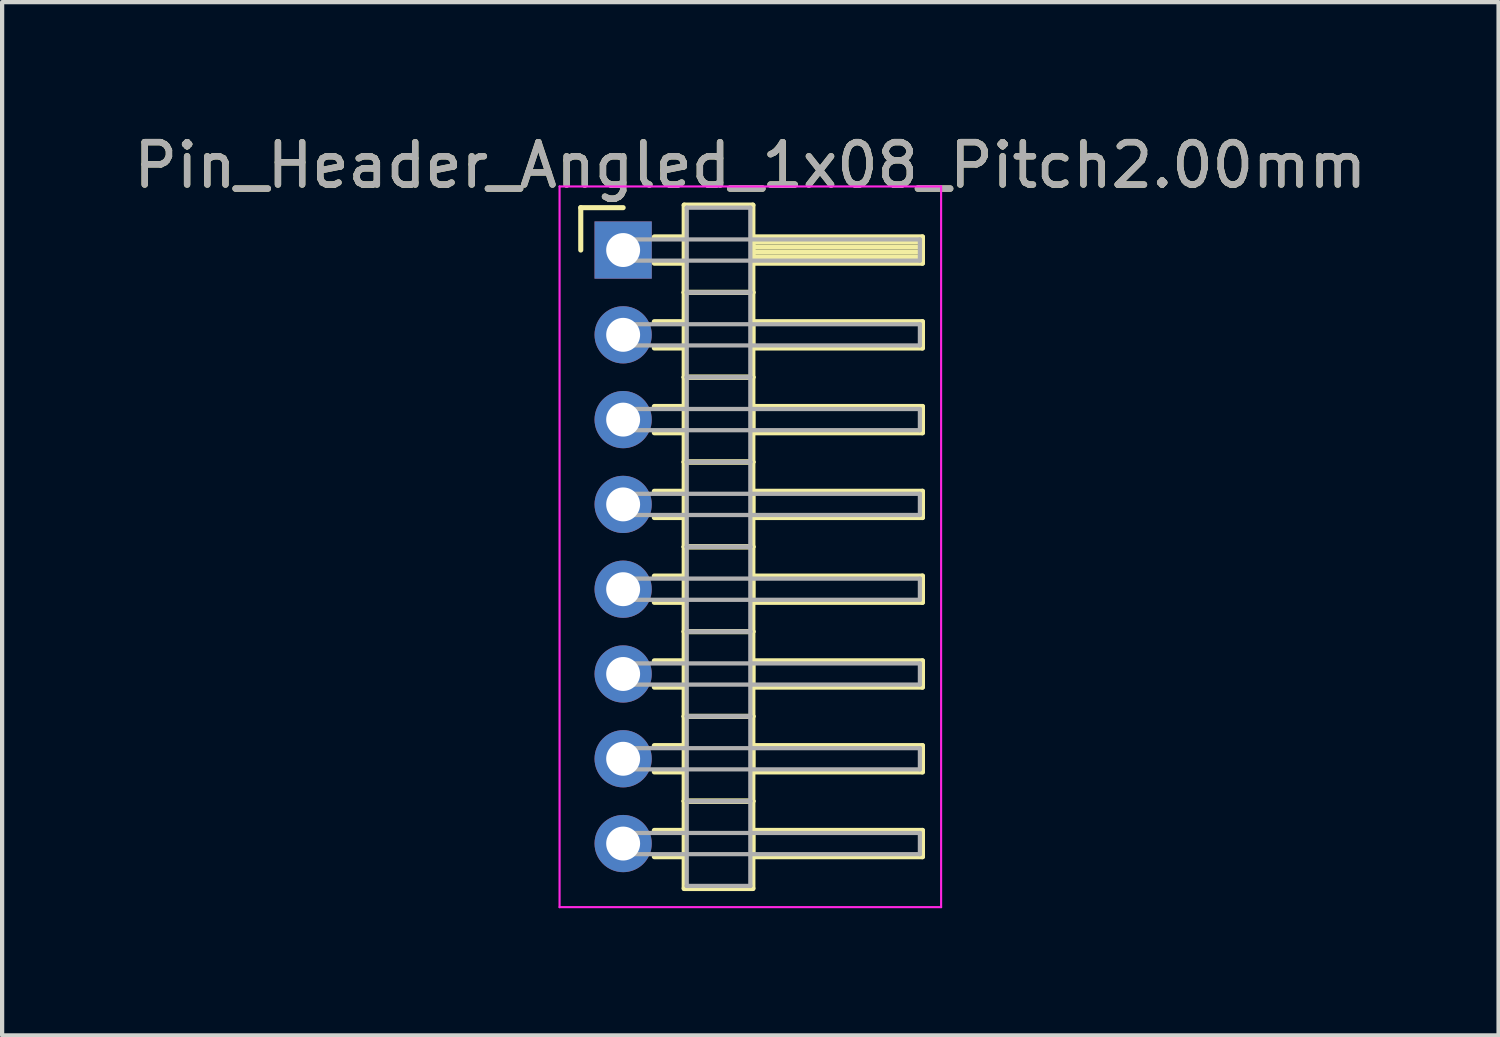
<source format=kicad_pcb>
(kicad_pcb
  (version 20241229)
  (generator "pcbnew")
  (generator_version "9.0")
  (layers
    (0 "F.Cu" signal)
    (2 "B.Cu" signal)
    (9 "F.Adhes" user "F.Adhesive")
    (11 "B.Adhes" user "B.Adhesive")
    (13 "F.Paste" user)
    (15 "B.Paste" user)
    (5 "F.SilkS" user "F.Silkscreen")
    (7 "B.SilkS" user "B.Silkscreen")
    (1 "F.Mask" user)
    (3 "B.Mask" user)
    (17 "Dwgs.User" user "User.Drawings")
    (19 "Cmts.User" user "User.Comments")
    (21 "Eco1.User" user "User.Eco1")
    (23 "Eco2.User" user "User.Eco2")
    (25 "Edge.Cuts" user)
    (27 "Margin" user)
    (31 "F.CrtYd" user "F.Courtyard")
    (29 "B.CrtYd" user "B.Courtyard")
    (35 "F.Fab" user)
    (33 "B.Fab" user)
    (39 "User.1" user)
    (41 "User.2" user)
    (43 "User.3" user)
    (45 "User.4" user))
  (footprint "Pin_Header_Angled_1x08_Pitch2.00mm"
    (layer "F.Cu")
    (at 11.649 2.848)
    (property "Reference" "Pin_Header_Angled_1x08_Pitch2.00mm" (at 3 -2 0) (layer "F.SilkS") (effects (font (size 1 1) (thickness 0.15))))
    (attr through_hole)
    (fp_line (start -1 -1) (end 0 -1) (stroke (width 0.12) (type solid)) (layer "F.SilkS"))
    (fp_line (start -1 0) (end -1 -1) (stroke (width 0.12) (type solid)) (layer "F.SilkS"))
    (fp_line (start 0.735 -0.31) (end 1.44 -0.31) (stroke (width 0.12) (type solid)) (layer "F.SilkS"))
    (fp_line (start 0.735 0.31) (end 1.44 0.31) (stroke (width 0.12) (type solid)) (layer "F.SilkS"))
    (fp_line (start 0.735 1.69) (end 1.44 1.69) (stroke (width 0.12) (type solid)) (layer "F.SilkS"))
    (fp_line (start 0.735 2.31) (end 1.44 2.31) (stroke (width 0.12) (type solid)) (layer "F.SilkS"))
    (fp_line (start 0.735 3.69) (end 1.44 3.69) (stroke (width 0.12) (type solid)) (layer "F.SilkS"))
    (fp_line (start 0.735 4.31) (end 1.44 4.31) (stroke (width 0.12) (type solid)) (layer "F.SilkS"))
    (fp_line (start 0.735 5.69) (end 1.44 5.69) (stroke (width 0.12) (type solid)) (layer "F.SilkS"))
    (fp_line (start 0.735 6.31) (end 1.44 6.31) (stroke (width 0.12) (type solid)) (layer "F.SilkS"))
    (fp_line (start 0.735 7.69) (end 1.44 7.69) (stroke (width 0.12) (type solid)) (layer "F.SilkS"))
    (fp_line (start 0.735 8.31) (end 1.44 8.31) (stroke (width 0.12) (type solid)) (layer "F.SilkS"))
    (fp_line (start 0.735 9.69) (end 1.44 9.69) (stroke (width 0.12) (type solid)) (layer "F.SilkS"))
    (fp_line (start 0.735 10.31) (end 1.44 10.31) (stroke (width 0.12) (type solid)) (layer "F.SilkS"))
    (fp_line (start 0.735 11.69) (end 1.44 11.69) (stroke (width 0.12) (type solid)) (layer "F.SilkS"))
    (fp_line (start 0.735 12.31) (end 1.44 12.31) (stroke (width 0.12) (type solid)) (layer "F.SilkS"))
    (fp_line (start 0.735 13.69) (end 1.44 13.69) (stroke (width 0.12) (type solid)) (layer "F.SilkS"))
    (fp_line (start 0.735 14.31) (end 1.44 14.31) (stroke (width 0.12) (type solid)) (layer "F.SilkS"))
    (fp_line (start 1.44 -1.06) (end 1.44 1) (stroke (width 0.12) (type solid)) (layer "F.SilkS"))
    (fp_line (start 1.44 1) (end 1.44 3) (stroke (width 0.12) (type solid)) (layer "F.SilkS"))
    (fp_line (start 1.44 1) (end 3.06 1) (stroke (width 0.12) (type solid)) (layer "F.SilkS"))
    (fp_line (start 1.44 3) (end 1.44 5) (stroke (width 0.12) (type solid)) (layer "F.SilkS"))
    (fp_line (start 1.44 3) (end 3.06 3) (stroke (width 0.12) (type solid)) (layer "F.SilkS"))
    (fp_line (start 1.44 5) (end 1.44 7) (stroke (width 0.12) (type solid)) (layer "F.SilkS"))
    (fp_line (start 1.44 5) (end 3.06 5) (stroke (width 0.12) (type solid)) (layer "F.SilkS"))
    (fp_line (start 1.44 7) (end 1.44 9) (stroke (width 0.12) (type solid)) (layer "F.SilkS"))
    (fp_line (start 1.44 7) (end 3.06 7) (stroke (width 0.12) (type solid)) (layer "F.SilkS"))
    (fp_line (start 1.44 9) (end 1.44 11) (stroke (width 0.12) (type solid)) (layer "F.SilkS"))
    (fp_line (start 1.44 9) (end 3.06 9) (stroke (width 0.12) (type solid)) (layer "F.SilkS"))
    (fp_line (start 1.44 11) (end 1.44 13) (stroke (width 0.12) (type solid)) (layer "F.SilkS"))
    (fp_line (start 1.44 11) (end 3.06 11) (stroke (width 0.12) (type solid)) (layer "F.SilkS"))
    (fp_line (start 1.44 13) (end 1.44 15.06) (stroke (width 0.12) (type solid)) (layer "F.SilkS"))
    (fp_line (start 1.44 13) (end 3.06 13) (stroke (width 0.12) (type solid)) (layer "F.SilkS"))
    (fp_line (start 1.44 15.06) (end 3.06 15.06) (stroke (width 0.12) (type solid)) (layer "F.SilkS"))
    (fp_line (start 3.06 -1.06) (end 1.44 -1.06) (stroke (width 0.12) (type solid)) (layer "F.SilkS"))
    (fp_line (start 3.06 -0.31) (end 3.06 0.31) (stroke (width 0.12) (type solid)) (layer "F.SilkS"))
    (fp_line (start 3.06 -0.19) (end 7.06 -0.19) (stroke (width 0.12) (type solid)) (layer "F.SilkS"))
    (fp_line (start 3.06 -0.07) (end 7.06 -0.07) (stroke (width 0.12) (type solid)) (layer "F.SilkS"))
    (fp_line (start 3.06 0.05) (end 7.06 0.05) (stroke (width 0.12) (type solid)) (layer "F.SilkS"))
    (fp_line (start 3.06 0.17) (end 7.06 0.17) (stroke (width 0.12) (type solid)) (layer "F.SilkS"))
    (fp_line (start 3.06 0.29) (end 7.06 0.29) (stroke (width 0.12) (type solid)) (layer "F.SilkS"))
    (fp_line (start 3.06 0.31) (end 7.06 0.31) (stroke (width 0.12) (type solid)) (layer "F.SilkS"))
    (fp_line (start 3.06 1) (end 1.44 1) (stroke (width 0.12) (type solid)) (layer "F.SilkS"))
    (fp_line (start 3.06 1) (end 3.06 -1.06) (stroke (width 0.12) (type solid)) (layer "F.SilkS"))
    (fp_line (start 3.06 1.69) (end 3.06 2.31) (stroke (width 0.12) (type solid)) (layer "F.SilkS"))
    (fp_line (start 3.06 2.31) (end 7.06 2.31) (stroke (width 0.12) (type solid)) (layer "F.SilkS"))
    (fp_line (start 3.06 3) (end 1.44 3) (stroke (width 0.12) (type solid)) (layer "F.SilkS"))
    (fp_line (start 3.06 3) (end 3.06 1) (stroke (width 0.12) (type solid)) (layer "F.SilkS"))
    (fp_line (start 3.06 3.69) (end 3.06 4.31) (stroke (width 0.12) (type solid)) (layer "F.SilkS"))
    (fp_line (start 3.06 4.31) (end 7.06 4.31) (stroke (width 0.12) (type solid)) (layer "F.SilkS"))
    (fp_line (start 3.06 5) (end 1.44 5) (stroke (width 0.12) (type solid)) (layer "F.SilkS"))
    (fp_line (start 3.06 5) (end 3.06 3) (stroke (width 0.12) (type solid)) (layer "F.SilkS"))
    (fp_line (start 3.06 5.69) (end 3.06 6.31) (stroke (width 0.12) (type solid)) (layer "F.SilkS"))
    (fp_line (start 3.06 6.31) (end 7.06 6.31) (stroke (width 0.12) (type solid)) (layer "F.SilkS"))
    (fp_line (start 3.06 7) (end 1.44 7) (stroke (width 0.12) (type solid)) (layer "F.SilkS"))
    (fp_line (start 3.06 7) (end 3.06 5) (stroke (width 0.12) (type solid)) (layer "F.SilkS"))
    (fp_line (start 3.06 7.69) (end 3.06 8.31) (stroke (width 0.12) (type solid)) (layer "F.SilkS"))
    (fp_line (start 3.06 8.31) (end 7.06 8.31) (stroke (width 0.12) (type solid)) (layer "F.SilkS"))
    (fp_line (start 3.06 9) (end 1.44 9) (stroke (width 0.12) (type solid)) (layer "F.SilkS"))
    (fp_line (start 3.06 9) (end 3.06 7) (stroke (width 0.12) (type solid)) (layer "F.SilkS"))
    (fp_line (start 3.06 9.69) (end 3.06 10.31) (stroke (width 0.12) (type solid)) (layer "F.SilkS"))
    (fp_line (start 3.06 10.31) (end 7.06 10.31) (stroke (width 0.12) (type solid)) (layer "F.SilkS"))
    (fp_line (start 3.06 11) (end 1.44 11) (stroke (width 0.12) (type solid)) (layer "F.SilkS"))
    (fp_line (start 3.06 11) (end 3.06 9) (stroke (width 0.12) (type solid)) (layer "F.SilkS"))
    (fp_line (start 3.06 11.69) (end 3.06 12.31) (stroke (width 0.12) (type solid)) (layer "F.SilkS"))
    (fp_line (start 3.06 12.31) (end 7.06 12.31) (stroke (width 0.12) (type solid)) (layer "F.SilkS"))
    (fp_line (start 3.06 13) (end 1.44 13) (stroke (width 0.12) (type solid)) (layer "F.SilkS"))
    (fp_line (start 3.06 13) (end 3.06 11) (stroke (width 0.12) (type solid)) (layer "F.SilkS"))
    (fp_line (start 3.06 13.69) (end 3.06 14.31) (stroke (width 0.12) (type solid)) (layer "F.SilkS"))
    (fp_line (start 3.06 14.31) (end 7.06 14.31) (stroke (width 0.12) (type solid)) (layer "F.SilkS"))
    (fp_line (start 3.06 15.06) (end 3.06 13) (stroke (width 0.12) (type solid)) (layer "F.SilkS"))
    (fp_line (start 7.06 -0.31) (end 3.06 -0.31) (stroke (width 0.12) (type solid)) (layer "F.SilkS"))
    (fp_line (start 7.06 0.31) (end 7.06 -0.31) (stroke (width 0.12) (type solid)) (layer "F.SilkS"))
    (fp_line (start 7.06 1.69) (end 3.06 1.69) (stroke (width 0.12) (type solid)) (layer "F.SilkS"))
    (fp_line (start 7.06 2.31) (end 7.06 1.69) (stroke (width 0.12) (type solid)) (layer "F.SilkS"))
    (fp_line (start 7.06 3.69) (end 3.06 3.69) (stroke (width 0.12) (type solid)) (layer "F.SilkS"))
    (fp_line (start 7.06 4.31) (end 7.06 3.69) (stroke (width 0.12) (type solid)) (layer "F.SilkS"))
    (fp_line (start 7.06 5.69) (end 3.06 5.69) (stroke (width 0.12) (type solid)) (layer "F.SilkS"))
    (fp_line (start 7.06 6.31) (end 7.06 5.69) (stroke (width 0.12) (type solid)) (layer "F.SilkS"))
    (fp_line (start 7.06 7.69) (end 3.06 7.69) (stroke (width 0.12) (type solid)) (layer "F.SilkS"))
    (fp_line (start 7.06 8.31) (end 7.06 7.69) (stroke (width 0.12) (type solid)) (layer "F.SilkS"))
    (fp_line (start 7.06 9.69) (end 3.06 9.69) (stroke (width 0.12) (type solid)) (layer "F.SilkS"))
    (fp_line (start 7.06 10.31) (end 7.06 9.69) (stroke (width 0.12) (type solid)) (layer "F.SilkS"))
    (fp_line (start 7.06 11.69) (end 3.06 11.69) (stroke (width 0.12) (type solid)) (layer "F.SilkS"))
    (fp_line (start 7.06 12.31) (end 7.06 11.69) (stroke (width 0.12) (type solid)) (layer "F.SilkS"))
    (fp_line (start 7.06 13.69) (end 3.06 13.69) (stroke (width 0.12) (type solid)) (layer "F.SilkS"))
    (fp_line (start 7.06 14.31) (end 7.06 13.69) (stroke (width 0.12) (type solid)) (layer "F.SilkS"))
    (fp_line (start -1.5 -1.5) (end -1.5 15.5) (stroke (width 0.05) (type solid)) (layer "F.CrtYd"))
    (fp_line (start -1.5 15.5) (end 7.5 15.5) (stroke (width 0.05) (type solid)) (layer "F.CrtYd"))
    (fp_line (start 7.5 -1.5) (end -1.5 -1.5) (stroke (width 0.05) (type solid)) (layer "F.CrtYd"))
    (fp_line (start 7.5 15.5) (end 7.5 -1.5) (stroke (width 0.05) (type solid)) (layer "F.CrtYd"))
    (fp_line (start 0 -0.25) (end 0 0.25) (stroke (width 0.1) (type solid)) (layer "F.Fab"))
    (fp_line (start 0 0.25) (end 7 0.25) (stroke (width 0.1) (type solid)) (layer "F.Fab"))
    (fp_line (start 0 1.75) (end 0 2.25) (stroke (width 0.1) (type solid)) (layer "F.Fab"))
    (fp_line (start 0 2.25) (end 7 2.25) (stroke (width 0.1) (type solid)) (layer "F.Fab"))
    (fp_line (start 0 3.75) (end 0 4.25) (stroke (width 0.1) (type solid)) (layer "F.Fab"))
    (fp_line (start 0 4.25) (end 7 4.25) (stroke (width 0.1) (type solid)) (layer "F.Fab"))
    (fp_line (start 0 5.75) (end 0 6.25) (stroke (width 0.1) (type solid)) (layer "F.Fab"))
    (fp_line (start 0 6.25) (end 7 6.25) (stroke (width 0.1) (type solid)) (layer "F.Fab"))
    (fp_line (start 0 7.75) (end 0 8.25) (stroke (width 0.1) (type solid)) (layer "F.Fab"))
    (fp_line (start 0 8.25) (end 7 8.25) (stroke (width 0.1) (type solid)) (layer "F.Fab"))
    (fp_line (start 0 9.75) (end 0 10.25) (stroke (width 0.1) (type solid)) (layer "F.Fab"))
    (fp_line (start 0 10.25) (end 7 10.25) (stroke (width 0.1) (type solid)) (layer "F.Fab"))
    (fp_line (start 0 11.75) (end 0 12.25) (stroke (width 0.1) (type solid)) (layer "F.Fab"))
    (fp_line (start 0 12.25) (end 7 12.25) (stroke (width 0.1) (type solid)) (layer "F.Fab"))
    (fp_line (start 0 13.75) (end 0 14.25) (stroke (width 0.1) (type solid)) (layer "F.Fab"))
    (fp_line (start 0 14.25) (end 7 14.25) (stroke (width 0.1) (type solid)) (layer "F.Fab"))
    (fp_line (start 1.5 -1) (end 1.5 1) (stroke (width 0.1) (type solid)) (layer "F.Fab"))
    (fp_line (start 1.5 1) (end 1.5 3) (stroke (width 0.1) (type solid)) (layer "F.Fab"))
    (fp_line (start 1.5 1) (end 3 1) (stroke (width 0.1) (type solid)) (layer "F.Fab"))
    (fp_line (start 1.5 3) (end 1.5 5) (stroke (width 0.1) (type solid)) (layer "F.Fab"))
    (fp_line (start 1.5 3) (end 3 3) (stroke (width 0.1) (type solid)) (layer "F.Fab"))
    (fp_line (start 1.5 5) (end 1.5 7) (stroke (width 0.1) (type solid)) (layer "F.Fab"))
    (fp_line (start 1.5 5) (end 3 5) (stroke (width 0.1) (type solid)) (layer "F.Fab"))
    (fp_line (start 1.5 7) (end 1.5 9) (stroke (width 0.1) (type solid)) (layer "F.Fab"))
    (fp_line (start 1.5 7) (end 3 7) (stroke (width 0.1) (type solid)) (layer "F.Fab"))
    (fp_line (start 1.5 9) (end 1.5 11) (stroke (width 0.1) (type solid)) (layer "F.Fab"))
    (fp_line (start 1.5 9) (end 3 9) (stroke (width 0.1) (type solid)) (layer "F.Fab"))
    (fp_line (start 1.5 11) (end 1.5 13) (stroke (width 0.1) (type solid)) (layer "F.Fab"))
    (fp_line (start 1.5 11) (end 3 11) (stroke (width 0.1) (type solid)) (layer "F.Fab"))
    (fp_line (start 1.5 13) (end 1.5 15) (stroke (width 0.1) (type solid)) (layer "F.Fab"))
    (fp_line (start 1.5 13) (end 3 13) (stroke (width 0.1) (type solid)) (layer "F.Fab"))
    (fp_line (start 1.5 15) (end 3 15) (stroke (width 0.1) (type solid)) (layer "F.Fab"))
    (fp_line (start 3 -1) (end 1.5 -1) (stroke (width 0.1) (type solid)) (layer "F.Fab"))
    (fp_line (start 3 1) (end 1.5 1) (stroke (width 0.1) (type solid)) (layer "F.Fab"))
    (fp_line (start 3 1) (end 3 -1) (stroke (width 0.1) (type solid)) (layer "F.Fab"))
    (fp_line (start 3 3) (end 1.5 3) (stroke (width 0.1) (type solid)) (layer "F.Fab"))
    (fp_line (start 3 3) (end 3 1) (stroke (width 0.1) (type solid)) (layer "F.Fab"))
    (fp_line (start 3 5) (end 1.5 5) (stroke (width 0.1) (type solid)) (layer "F.Fab"))
    (fp_line (start 3 5) (end 3 3) (stroke (width 0.1) (type solid)) (layer "F.Fab"))
    (fp_line (start 3 7) (end 1.5 7) (stroke (width 0.1) (type solid)) (layer "F.Fab"))
    (fp_line (start 3 7) (end 3 5) (stroke (width 0.1) (type solid)) (layer "F.Fab"))
    (fp_line (start 3 9) (end 1.5 9) (stroke (width 0.1) (type solid)) (layer "F.Fab"))
    (fp_line (start 3 9) (end 3 7) (stroke (width 0.1) (type solid)) (layer "F.Fab"))
    (fp_line (start 3 11) (end 1.5 11) (stroke (width 0.1) (type solid)) (layer "F.Fab"))
    (fp_line (start 3 11) (end 3 9) (stroke (width 0.1) (type solid)) (layer "F.Fab"))
    (fp_line (start 3 13) (end 1.5 13) (stroke (width 0.1) (type solid)) (layer "F.Fab"))
    (fp_line (start 3 13) (end 3 11) (stroke (width 0.1) (type solid)) (layer "F.Fab"))
    (fp_line (start 3 15) (end 3 13) (stroke (width 0.1) (type solid)) (layer "F.Fab"))
    (fp_line (start 7 -0.25) (end 0 -0.25) (stroke (width 0.1) (type solid)) (layer "F.Fab"))
    (fp_line (start 7 0.25) (end 7 -0.25) (stroke (width 0.1) (type solid)) (layer "F.Fab"))
    (fp_line (start 7 1.75) (end 0 1.75) (stroke (width 0.1) (type solid)) (layer "F.Fab"))
    (fp_line (start 7 2.25) (end 7 1.75) (stroke (width 0.1) (type solid)) (layer "F.Fab"))
    (fp_line (start 7 3.75) (end 0 3.75) (stroke (width 0.1) (type solid)) (layer "F.Fab"))
    (fp_line (start 7 4.25) (end 7 3.75) (stroke (width 0.1) (type solid)) (layer "F.Fab"))
    (fp_line (start 7 5.75) (end 0 5.75) (stroke (width 0.1) (type solid)) (layer "F.Fab"))
    (fp_line (start 7 6.25) (end 7 5.75) (stroke (width 0.1) (type solid)) (layer "F.Fab"))
    (fp_line (start 7 7.75) (end 0 7.75) (stroke (width 0.1) (type solid)) (layer "F.Fab"))
    (fp_line (start 7 8.25) (end 7 7.75) (stroke (width 0.1) (type solid)) (layer "F.Fab"))
    (fp_line (start 7 9.75) (end 0 9.75) (stroke (width 0.1) (type solid)) (layer "F.Fab"))
    (fp_line (start 7 10.25) (end 7 9.75) (stroke (width 0.1) (type solid)) (layer "F.Fab"))
    (fp_line (start 7 11.75) (end 0 11.75) (stroke (width 0.1) (type solid)) (layer "F.Fab"))
    (fp_line (start 7 12.25) (end 7 11.75) (stroke (width 0.1) (type solid)) (layer "F.Fab"))
    (fp_line (start 7 13.75) (end 0 13.75) (stroke (width 0.1) (type solid)) (layer "F.Fab"))
    (fp_line (start 7 14.25) (end 7 13.75) (stroke (width 0.1) (type solid)) (layer "F.Fab"))
    (fp_text user "${REFERENCE}" (at 3 -2 0) (layer "F.Fab") (effects (font (size 1 1) (thickness 0.15))))
    (pad "1" thru_hole rect (at 0 0) (size 1.35 1.35) (drill 0.8) (layers "*.Cu" "*.Mask"))
    (pad "2" thru_hole oval (at 0 2) (size 1.35 1.35) (drill 0.8) (layers "*.Cu" "*.Mask"))
    (pad "3" thru_hole oval (at 0 4) (size 1.35 1.35) (drill 0.8) (layers "*.Cu" "*.Mask"))
    (pad "4" thru_hole oval (at 0 6) (size 1.35 1.35) (drill 0.8) (layers "*.Cu" "*.Mask"))
    (pad "5" thru_hole oval (at 0 8) (size 1.35 1.35) (drill 0.8) (layers "*.Cu" "*.Mask"))
    (pad "6" thru_hole oval (at 0 10) (size 1.35 1.35) (drill 0.8) (layers "*.Cu" "*.Mask"))
    (pad "7" thru_hole oval (at 0 12) (size 1.35 1.35) (drill 0.8) (layers "*.Cu" "*.Mask"))
    (pad "8" thru_hole oval (at 0 14) (size 1.35 1.35) (drill 0.8) (layers "*.Cu" "*.Mask")))
  (gr_rect
    (start -3 -3)
    (end 32.298 21.373)
    (stroke (width 0.1) (type default))
    (fill no)
    (layer "Edge.Cuts")))
</source>
